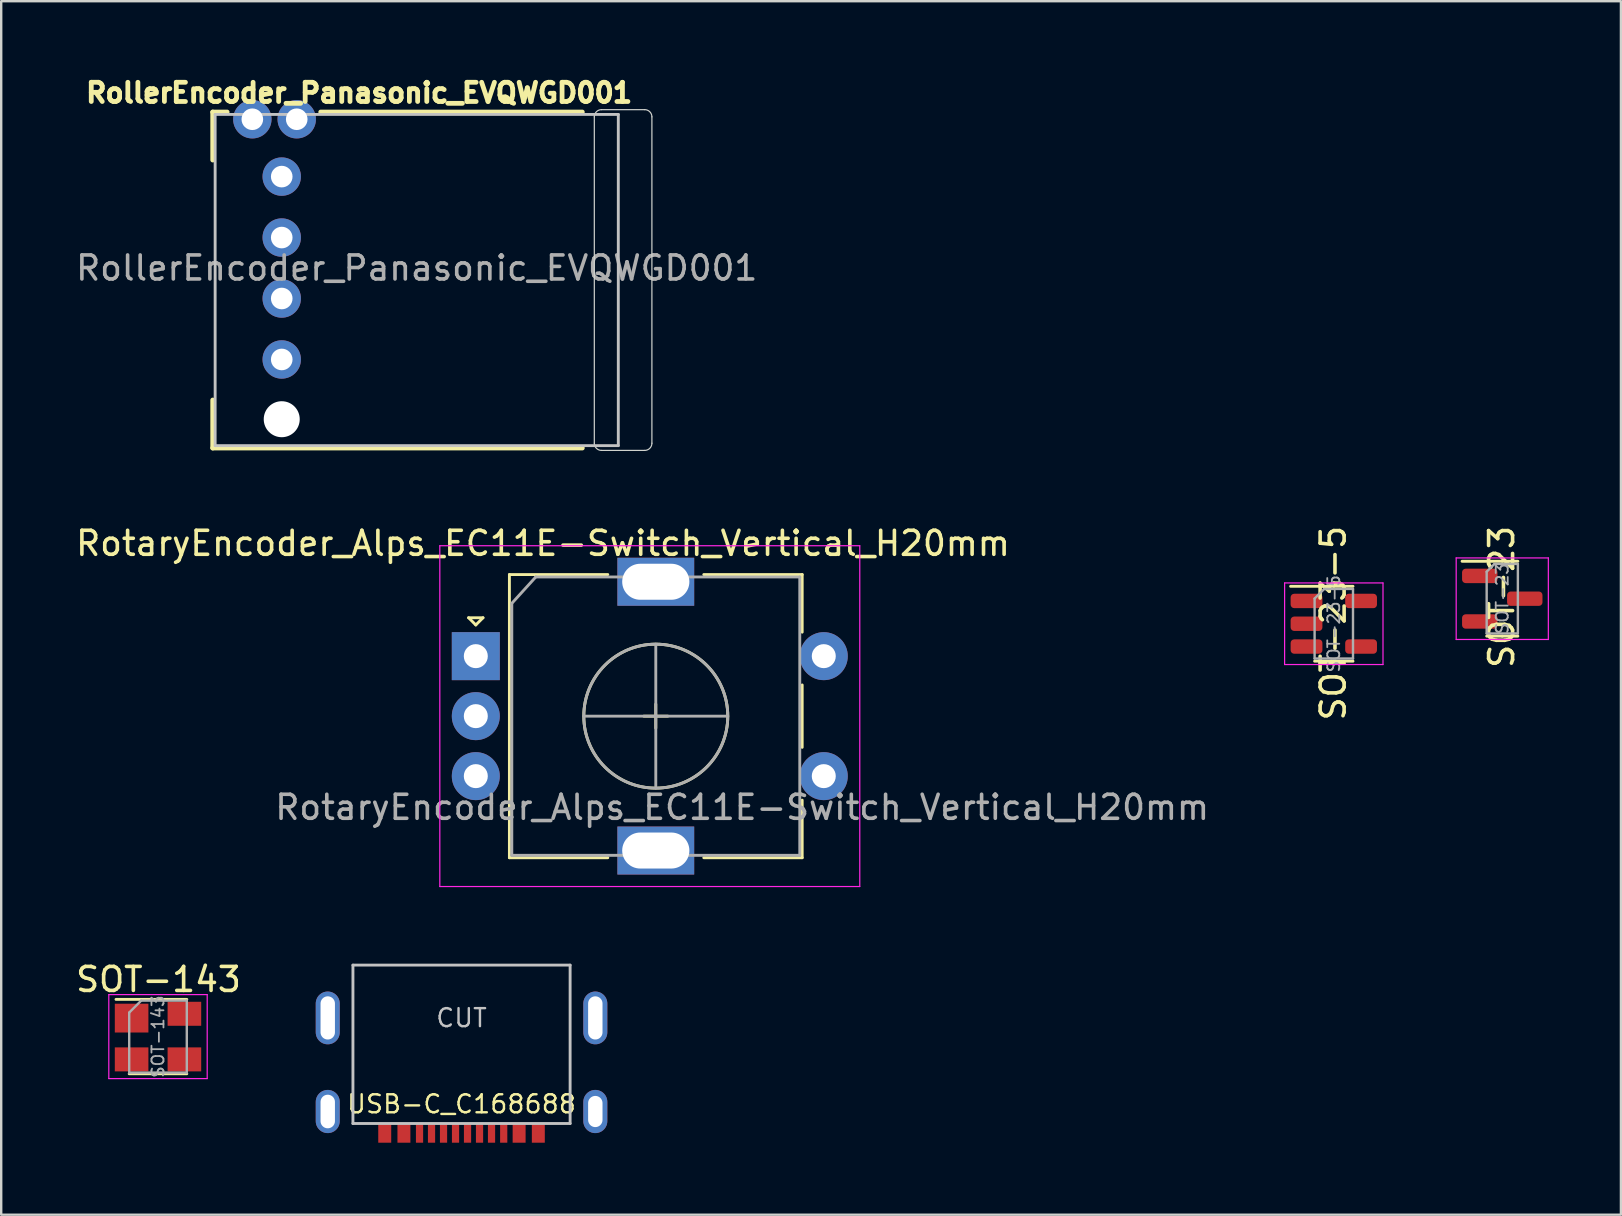
<source format=kicad_pcb>
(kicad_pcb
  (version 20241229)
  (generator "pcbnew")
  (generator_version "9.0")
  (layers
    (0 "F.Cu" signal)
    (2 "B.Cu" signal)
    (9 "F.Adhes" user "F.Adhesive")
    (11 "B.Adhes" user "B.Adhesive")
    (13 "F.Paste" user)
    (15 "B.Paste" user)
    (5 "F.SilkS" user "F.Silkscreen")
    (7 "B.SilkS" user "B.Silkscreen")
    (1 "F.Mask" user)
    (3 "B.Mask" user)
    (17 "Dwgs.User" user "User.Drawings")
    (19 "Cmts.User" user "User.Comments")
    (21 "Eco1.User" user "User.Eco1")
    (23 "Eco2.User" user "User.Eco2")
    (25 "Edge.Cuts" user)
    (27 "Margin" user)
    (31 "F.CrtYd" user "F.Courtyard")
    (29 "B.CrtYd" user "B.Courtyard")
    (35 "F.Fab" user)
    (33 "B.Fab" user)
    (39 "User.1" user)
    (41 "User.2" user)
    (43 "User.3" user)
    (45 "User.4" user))
  (footprint "RotaryEncoder_Alps_EC11E-Switch_Vertical_H20mm"
    (layer "F.Cu")
    (at 16.777 24.292)
    (property "Reference" "RotaryEncoder_Alps_EC11E-Switch_Vertical_H20mm" (at 2.8 -4.7 0) (layer "F.SilkS") (effects (font (size 1 1) (thickness 0.15))))
    (attr through_hole exclude_from_pos_files exclude_from_bom)
    (fp_line (start -0.3 -1.6) (end 0.3 -1.6) (stroke (width 0.12) (type solid)) (layer "F.SilkS"))
    (fp_line (start 0 -1.3) (end -0.3 -1.6) (stroke (width 0.12) (type solid)) (layer "F.SilkS"))
    (fp_line (start 0.3 -1.6) (end 0 -1.3) (stroke (width 0.12) (type solid)) (layer "F.SilkS"))
    (fp_line (start 1.4 -3.4) (end 1.4 8.4) (stroke (width 0.12) (type solid)) (layer "F.SilkS"))
    (fp_line (start 5.5 -3.4) (end 1.4 -3.4) (stroke (width 0.12) (type solid)) (layer "F.SilkS"))
    (fp_line (start 5.5 8.4) (end 1.4 8.4) (stroke (width 0.12) (type solid)) (layer "F.SilkS"))
    (fp_line (start 7 2.5) (end 8 2.5) (stroke (width 0.12) (type solid)) (layer "F.SilkS"))
    (fp_line (start 7.5 2) (end 7.5 3) (stroke (width 0.12) (type solid)) (layer "F.SilkS"))
    (fp_line (start 9.5 -3.4) (end 13.6 -3.4) (stroke (width 0.12) (type solid)) (layer "F.SilkS"))
    (fp_line (start 13.6 -3.4) (end 13.6 -1) (stroke (width 0.12) (type solid)) (layer "F.SilkS"))
    (fp_line (start 13.6 1.2) (end 13.6 3.8) (stroke (width 0.12) (type solid)) (layer "F.SilkS"))
    (fp_line (start 13.6 6) (end 13.6 8.4) (stroke (width 0.12) (type solid)) (layer "F.SilkS"))
    (fp_line (start 13.6 8.4) (end 9.5 8.4) (stroke (width 0.12) (type solid)) (layer "F.SilkS"))
    (fp_circle (center 7.5 2.5) (end 10.5 2.5) (stroke (width 0.12) (type solid)) (fill no) (layer "F.SilkS"))
    (fp_line (start -1.5 -4.6) (end -1.5 9.6) (stroke (width 0.05) (type solid)) (layer "F.CrtYd"))
    (fp_line (start -1.5 -4.6) (end 16 -4.6) (stroke (width 0.05) (type solid)) (layer "F.CrtYd"))
    (fp_line (start 16 9.6) (end -1.5 9.6) (stroke (width 0.05) (type solid)) (layer "F.CrtYd"))
    (fp_line (start 16 9.6) (end 16 -4.6) (stroke (width 0.05) (type solid)) (layer "F.CrtYd"))
    (fp_line (start 1.5 -2.2) (end 2.5 -3.3) (stroke (width 0.12) (type solid)) (layer "F.Fab"))
    (fp_line (start 1.5 8.3) (end 1.5 -2.2) (stroke (width 0.12) (type solid)) (layer "F.Fab"))
    (fp_line (start 2.5 -3.3) (end 13.5 -3.3) (stroke (width 0.12) (type solid)) (layer "F.Fab"))
    (fp_line (start 4.5 2.5) (end 10.5 2.5) (stroke (width 0.12) (type solid)) (layer "F.Fab"))
    (fp_line (start 7.5 -0.5) (end 7.5 5.5) (stroke (width 0.12) (type solid)) (layer "F.Fab"))
    (fp_line (start 13.5 -3.3) (end 13.5 8.3) (stroke (width 0.12) (type solid)) (layer "F.Fab"))
    (fp_line (start 13.5 8.3) (end 1.5 8.3) (stroke (width 0.12) (type solid)) (layer "F.Fab"))
    (fp_circle (center 7.5 2.5) (end 10.5 2.5) (stroke (width 0.12) (type solid)) (fill no) (layer "F.Fab"))
    (fp_text user "${REFERENCE}" (at 11.1 6.3 0) (layer "F.Fab") (effects (font (size 1 1) (thickness 0.15))))
    (pad "A" thru_hole rect (at 0 0) (size 2 2) (drill 1) (layers "*.Cu" "*.Mask"))
    (pad "B" thru_hole circle (at 0 5) (size 2 2) (drill 1) (layers "*.Cu" "*.Mask"))
    (pad "C" thru_hole circle (at 0 2.5) (size 2 2) (drill 1) (layers "*.Cu" "*.Mask"))
    (pad "MP" thru_hole rect (at 7.5 -3.1) (size 3.2 2) (drill oval 2.8 1.5) (layers "*.Cu" "*.Mask"))
    (pad "MP" thru_hole rect (at 7.5 8.1) (size 3.2 2) (drill oval 2.8 1.5) (layers "*.Cu" "*.Mask"))
    (pad "S1" thru_hole circle (at 14.5 5) (size 2 2) (drill 1) (layers "*.Cu" "*.Mask"))
    (pad "S2" thru_hole circle (at 14.5 0) (size 2 2) (drill 1) (layers "*.Cu" "*.Mask")))
  (footprint "SOT-23"
    (layer "F.Cu")
    (at 59.55 21.898)
    (property "Reference" "SOT-23" (at -0.025 -0.076 270) (layer "F.SilkS") (effects (font (size 1 1) (thickness 0.15))))
    (attr smd)
    (fp_line (start 0 -1.56) (end -1.675 -1.56) (stroke (width 0.12) (type solid)) (layer "F.SilkS"))
    (fp_line (start 0 -1.56) (end 0.65 -1.56) (stroke (width 0.12) (type solid)) (layer "F.SilkS"))
    (fp_line (start 0 1.56) (end -0.65 1.56) (stroke (width 0.12) (type solid)) (layer "F.SilkS"))
    (fp_line (start 0 1.56) (end 0.65 1.56) (stroke (width 0.12) (type solid)) (layer "F.SilkS"))
    (fp_line (start -1.92 -1.7) (end -1.92 1.7) (stroke (width 0.05) (type solid)) (layer "F.CrtYd"))
    (fp_line (start -1.92 1.7) (end 1.92 1.7) (stroke (width 0.05) (type solid)) (layer "F.CrtYd"))
    (fp_line (start 1.92 -1.7) (end -1.92 -1.7) (stroke (width 0.05) (type solid)) (layer "F.CrtYd"))
    (fp_line (start 1.92 1.7) (end 1.92 -1.7) (stroke (width 0.05) (type solid)) (layer "F.CrtYd"))
    (fp_line (start -0.65 -1.125) (end -0.325 -1.45) (stroke (width 0.1) (type solid)) (layer "F.Fab"))
    (fp_line (start -0.65 1.45) (end -0.65 -1.125) (stroke (width 0.1) (type solid)) (layer "F.Fab"))
    (fp_line (start -0.325 -1.45) (end 0.65 -1.45) (stroke (width 0.1) (type solid)) (layer "F.Fab"))
    (fp_line (start 0.65 -1.45) (end 0.65 1.45) (stroke (width 0.1) (type solid)) (layer "F.Fab"))
    (fp_line (start 0.65 1.45) (end -0.65 1.45) (stroke (width 0.1) (type solid)) (layer "F.Fab"))
    (fp_text user "${REFERENCE}" (at 0 0 270) (layer "F.Fab") (effects (font (size 0.5 0.5) (thickness 0.075))))
    (pad "1" smd roundrect (at -0.938 -0.95) (size 1.475 0.6) (layers "F.Cu" "F.Mask" "F.Paste") (roundrect_rratio 0.25))
    (pad "2" smd roundrect (at -0.938 0.95) (size 1.475 0.6) (layers "F.Cu" "F.Mask" "F.Paste") (roundrect_rratio 0.25))
    (pad "3" smd roundrect (at 0.938 0) (size 1.475 0.6) (layers "F.Cu" "F.Mask" "F.Paste") (roundrect_rratio 0.25)))
  (footprint "RollerEncoder_Panasonic_EVQWGD001"
    (layer "F.Cu")
    (at 14.315 8.119)
    (property "Reference" "RollerEncoder_Panasonic_EVQWGD001" (at 0 0 0) (layer "F.Fab") (effects (font (size 1 1) (thickness 0.15))))
    (attr through_hole exclude_from_pos_files exclude_from_bom)
    (fp_line (start -8.5 -6.5) (end -8.5 -4.5) (stroke (width 0.2) (type solid)) (layer "F.SilkS"))
    (fp_line (start -8.5 5.5) (end -8.5 7.5) (stroke (width 0.2) (type solid)) (layer "F.SilkS"))
    (fp_line (start -8.5 7.5) (end 6.9 7.5) (stroke (width 0.2) (type solid)) (layer "F.SilkS"))
    (fp_line (start -7.9 -6.5) (end -8.5 -6.5) (stroke (width 0.2) (type solid)) (layer "F.SilkS"))
    (fp_line (start 6.9 -6.5) (end -4 -6.5) (stroke (width 0.2) (type solid)) (layer "F.SilkS"))
    (fp_line (start -8.4 -6.4) (end 8.4 -6.4) (stroke (width 0.12) (type solid)) (layer "Dwgs.User"))
    (fp_line (start -8.4 7.4) (end -8.4 -6.4) (stroke (width 0.12) (type solid)) (layer "Dwgs.User"))
    (fp_line (start 8.4 -6.4) (end 8.4 7.4) (stroke (width 0.12) (type solid)) (layer "Dwgs.User"))
    (fp_line (start 8.4 7.4) (end -8.4 7.4) (stroke (width 0.12) (type solid)) (layer "Dwgs.User"))
    (fp_line (start 7.4 -6.3) (end 7.4 7.3) (stroke (width 0.05) (type solid)) (layer "Edge.Cuts"))
    (fp_line (start 7.7 7.6) (end 9.5 7.6) (stroke (width 0.05) (type solid)) (layer "Edge.Cuts"))
    (fp_line (start 9.5 -6.6) (end 7.7 -6.6) (stroke (width 0.05) (type solid)) (layer "Edge.Cuts"))
    (fp_line (start 9.8 7.3) (end 9.8 -6.3) (stroke (width 0.05) (type solid)) (layer "Edge.Cuts"))
    (fp_arc (start 7.4 -6.3) (mid 7.487868 -6.512132) (end 7.7 -6.6) (stroke (width 0.05) (type solid)) (layer "Edge.Cuts"))
    (fp_arc (start 7.7 7.6) (mid 7.487868 7.512132) (end 7.4 7.3) (stroke (width 0.05) (type solid)) (layer "Edge.Cuts"))
    (fp_arc (start 9.5 -6.6) (mid 9.712132 -6.512132) (end 9.8 -6.3) (stroke (width 0.05) (type solid)) (layer "Edge.Cuts"))
    (fp_arc (start 9.8 7.3) (mid 9.712132 7.512132) (end 9.5 7.6) (stroke (width 0.05) (type solid)) (layer "Edge.Cuts"))
    (fp_text user "${REFERENCE}" (at -2.4 -7.3 0) (layer "F.SilkS") (effects (font (size 0.8 0.8) (thickness 0.2))))
    (pad "" np_thru_hole circle (at -5.625 6.3 180) (size 1.5 1.5) (drill 1.5) (layers "*.Cu" "*.Mask"))
    (pad "A" thru_hole circle (at -5.625 -3.81 180) (size 1.6 1.6) (drill 0.9) (layers "*.Cu" "*.Mask"))
    (pad "B" thru_hole circle (at -5.625 -1.27 180) (size 1.6 1.6) (drill 0.9) (layers "*.Cu" "*.Mask"))
    (pad "C" thru_hole circle (at -5.625 1.27 180) (size 1.6 1.6) (drill 0.9) (layers "*.Cu" "*.Mask"))
    (pad "D" thru_hole circle (at -5.625 3.81 180) (size 1.6 1.6) (drill 0.9) (layers "*.Cu" "*.Mask"))
    (pad "S1" thru_hole circle (at -6.85 -6.2 180) (size 1.6 1.6) (drill 0.9) (layers "*.Cu" "*.Mask"))
    (pad "S2" thru_hole circle (at -5 -6.2 180) (size 1.6 1.6) (drill 0.9) (layers "*.Cu" "*.Mask")))
  (footprint "USB-C_C168688"
    (layer "F.Cu")
    (at 16.182 37.167)
    (property "Reference" "USB-C_C168688" (at 0 5.789 0) (layer "F.SilkS") (effects (font (size 0.75 0.75) (thickness 0.1))))
    (attr smd)
    (fp_line (start -4.525 0) (end -4.525 6.6) (stroke (width 0.12) (type solid)) (layer "Dwgs.User"))
    (fp_line (start -4.525 0) (end 4.525 0) (stroke (width 0.12) (type solid)) (layer "Dwgs.User"))
    (fp_line (start -4.525 6.6) (end 4.525 6.6) (stroke (width 0.12) (type solid)) (layer "Dwgs.User"))
    (fp_line (start 4.525 0) (end 4.525 6.6) (stroke (width 0.12) (type solid)) (layer "Dwgs.User"))
    (fp_text user "CUT" (at 0 2.2 0) (layer "Dwgs.User") (effects (font (size 0.75 0.75) (thickness 0.1))))
    (pad "A1" smd rect (at -3.2 7) (size 0.54 0.8) (layers "F.Cu" "F.Mask" "F.Paste"))
    (pad "A1" smd rect (at 3.2 7) (size 0.54 0.8) (layers "F.Cu" "F.Mask" "F.Paste"))
    (pad "A4" smd rect (at -2.4 7) (size 0.54 0.8) (layers "F.Cu" "F.Mask" "F.Paste"))
    (pad "A4" smd rect (at 2.4 7) (size 0.54 0.8) (layers "F.Cu" "F.Mask" "F.Paste"))
    (pad "A5" smd rect (at 1.25 7) (size 0.3 0.8) (layers "F.Cu" "F.Mask" "F.Paste"))
    (pad "A6" smd rect (at 0.25 7) (size 0.3 0.8) (layers "F.Cu" "F.Mask" "F.Paste"))
    (pad "A7" smd rect (at -0.25 7) (size 0.3 0.8) (layers "F.Cu" "F.Mask" "F.Paste"))
    (pad "A8" smd rect (at -1.25 7) (size 0.3 0.8) (layers "F.Cu" "F.Mask" "F.Paste"))
    (pad "B5" smd rect (at -1.75 7) (size 0.3 0.8) (layers "F.Cu" "F.Mask" "F.Paste"))
    (pad "B6" smd rect (at -0.75 7) (size 0.3 0.8) (layers "F.Cu" "F.Mask" "F.Paste"))
    (pad "B7" smd rect (at 0.75 7) (size 0.3 0.8) (layers "F.Cu" "F.Mask" "F.Paste"))
    (pad "B8" smd rect (at 1.758 7) (size 0.3 0.8) (layers "F.Cu" "F.Mask" "F.Paste"))
    (pad "S1" thru_hole oval (at -5.575 2.2) (size 1 2.2) (drill oval 0.6 1.8) (layers "*.Cu" "*.Mask"))
    (pad "S2" thru_hole oval (at 5.575 2.2) (size 1 2.2) (drill oval 0.6 1.8) (layers "*.Cu" "*.Mask"))
    (pad "S3" thru_hole oval (at -5.575 6.1) (size 1 1.8) (drill oval 0.6 1.4) (layers "*.Cu" "*.Mask"))
    (pad "S4" thru_hole oval (at 5.575 6.1) (size 1 1.8) (drill oval 0.6 1.3) (layers "*.Cu" "*.Mask")))
  (footprint "SOT-143"
    (layer "F.Cu")
    (at 3.534 40.145)
    (property "Reference" "SOT-143" (at 0.02 -2.38 180) (layer "F.SilkS") (effects (font (size 1 1) (thickness 0.15))))
    (attr smd)
    (fp_line (start -1.2 1.55) (end 1.2 1.55) (stroke (width 0.12) (type solid)) (layer "F.SilkS"))
    (fp_line (start 1.2 -1.55) (end -1.75 -1.55) (stroke (width 0.12) (type solid)) (layer "F.SilkS"))
    (fp_line (start -2.05 1.75) (end -2.05 -1.75) (stroke (width 0.05) (type solid)) (layer "F.CrtYd"))
    (fp_line (start -2.05 1.75) (end 2.05 1.75) (stroke (width 0.05) (type solid)) (layer "F.CrtYd"))
    (fp_line (start 2.05 -1.75) (end -2.05 -1.75) (stroke (width 0.05) (type solid)) (layer "F.CrtYd"))
    (fp_line (start 2.05 -1.75) (end 2.05 1.75) (stroke (width 0.05) (type solid)) (layer "F.CrtYd"))
    (fp_line (start -1.2 -1) (end -0.7 -1.5) (stroke (width 0.1) (type solid)) (layer "F.Fab"))
    (fp_line (start -1.2 1.5) (end -1.2 -1) (stroke (width 0.1) (type solid)) (layer "F.Fab"))
    (fp_line (start -0.7 -1.5) (end 1.2 -1.5) (stroke (width 0.1) (type solid)) (layer "F.Fab"))
    (fp_line (start 1.2 -1.5) (end 1.2 1.5) (stroke (width 0.1) (type solid)) (layer "F.Fab"))
    (fp_line (start 1.2 1.5) (end -1.2 1.5) (stroke (width 0.1) (type solid)) (layer "F.Fab"))
    (fp_text user "${REFERENCE}" (at 0 0 270) (layer "F.Fab") (effects (font (size 0.5 0.5) (thickness 0.075))))
    (pad "1" smd rect (at -1.1 -0.77 270) (size 1.2 1.4) (layers "F.Cu" "F.Mask" "F.Paste"))
    (pad "2" smd rect (at -1.1 0.95 270) (size 1 1.4) (layers "F.Cu" "F.Mask" "F.Paste"))
    (pad "3" smd rect (at 1.1 0.95 270) (size 1 1.4) (layers "F.Cu" "F.Mask" "F.Paste"))
    (pad "4" smd rect (at 1.1 -0.95 270) (size 1 1.4) (layers "F.Cu" "F.Mask" "F.Paste")))
  (footprint "SOT-23-5"
    (layer "F.Cu")
    (at 52.53 22.942)
    (property "Reference" "SOT-23-5" (at -0.025 -0.025 90) (layer "F.SilkS") (effects (font (size 1 1) (thickness 0.15))))
    (attr smd)
    (fp_line (start 0 -1.56) (end -1.8 -1.56) (stroke (width 0.12) (type solid)) (layer "F.SilkS"))
    (fp_line (start 0 -1.56) (end 0.8 -1.56) (stroke (width 0.12) (type solid)) (layer "F.SilkS"))
    (fp_line (start 0 1.56) (end -0.8 1.56) (stroke (width 0.12) (type solid)) (layer "F.SilkS"))
    (fp_line (start 0 1.56) (end 0.8 1.56) (stroke (width 0.12) (type solid)) (layer "F.SilkS"))
    (fp_line (start -2.05 -1.7) (end -2.05 1.7) (stroke (width 0.05) (type solid)) (layer "F.CrtYd"))
    (fp_line (start -2.05 1.7) (end 2.05 1.7) (stroke (width 0.05) (type solid)) (layer "F.CrtYd"))
    (fp_line (start 2.05 -1.7) (end -2.05 -1.7) (stroke (width 0.05) (type solid)) (layer "F.CrtYd"))
    (fp_line (start 2.05 1.7) (end 2.05 -1.7) (stroke (width 0.05) (type solid)) (layer "F.CrtYd"))
    (fp_line (start -0.8 -1.05) (end -0.4 -1.45) (stroke (width 0.1) (type solid)) (layer "F.Fab"))
    (fp_line (start -0.8 1.45) (end -0.8 -1.05) (stroke (width 0.1) (type solid)) (layer "F.Fab"))
    (fp_line (start -0.4 -1.45) (end 0.8 -1.45) (stroke (width 0.1) (type solid)) (layer "F.Fab"))
    (fp_line (start 0.8 -1.45) (end 0.8 1.45) (stroke (width 0.1) (type solid)) (layer "F.Fab"))
    (fp_line (start 0.8 1.45) (end -0.8 1.45) (stroke (width 0.1) (type solid)) (layer "F.Fab"))
    (fp_text user "${REFERENCE}" (at 0 0 270) (layer "F.Fab") (effects (font (size 0.5 0.5) (thickness 0.075))))
    (pad "1" smd roundrect (at -1.137 -0.95) (size 1.325 0.6) (layers "F.Cu" "F.Mask" "F.Paste") (roundrect_rratio 0.25))
    (pad "2" smd roundrect (at -1.137 0) (size 1.325 0.6) (layers "F.Cu" "F.Mask" "F.Paste") (roundrect_rratio 0.25))
    (pad "3" smd roundrect (at -1.137 0.95) (size 1.325 0.6) (layers "F.Cu" "F.Mask" "F.Paste") (roundrect_rratio 0.25))
    (pad "4" smd roundrect (at 1.137 0.95) (size 1.325 0.6) (layers "F.Cu" "F.Mask" "F.Paste") (roundrect_rratio 0.25))
    (pad "5" smd roundrect (at 1.137 -0.95) (size 1.325 0.6) (layers "F.Cu" "F.Mask" "F.Paste") (roundrect_rratio 0.25)))
  (gr_rect
    (start -3 -3)
    (end 64.495 47.567)
    (stroke (width 0.1) (type default))
    (fill no)
    (layer "Edge.Cuts")))
</source>
